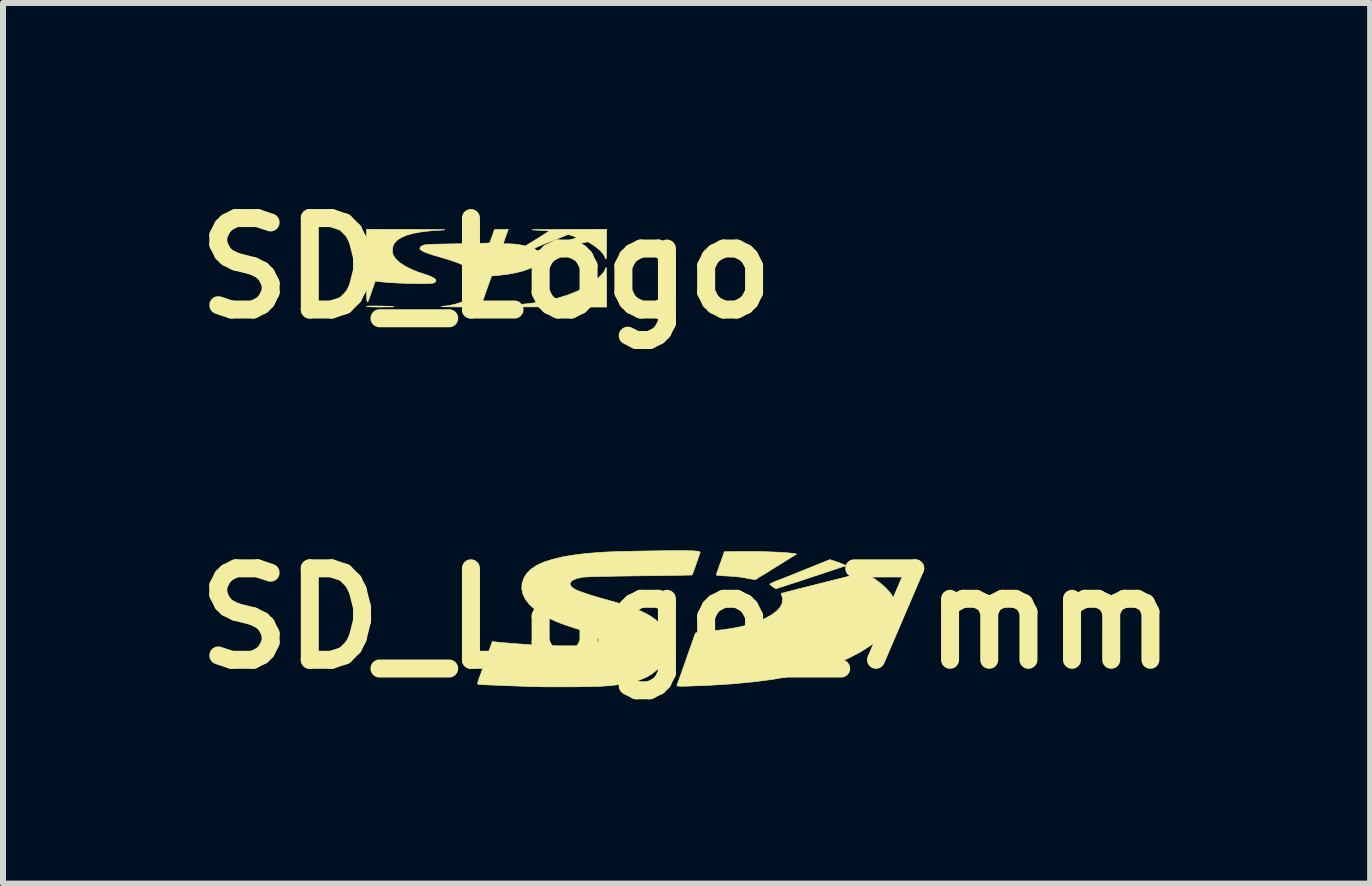
<source format=kicad_pcb>
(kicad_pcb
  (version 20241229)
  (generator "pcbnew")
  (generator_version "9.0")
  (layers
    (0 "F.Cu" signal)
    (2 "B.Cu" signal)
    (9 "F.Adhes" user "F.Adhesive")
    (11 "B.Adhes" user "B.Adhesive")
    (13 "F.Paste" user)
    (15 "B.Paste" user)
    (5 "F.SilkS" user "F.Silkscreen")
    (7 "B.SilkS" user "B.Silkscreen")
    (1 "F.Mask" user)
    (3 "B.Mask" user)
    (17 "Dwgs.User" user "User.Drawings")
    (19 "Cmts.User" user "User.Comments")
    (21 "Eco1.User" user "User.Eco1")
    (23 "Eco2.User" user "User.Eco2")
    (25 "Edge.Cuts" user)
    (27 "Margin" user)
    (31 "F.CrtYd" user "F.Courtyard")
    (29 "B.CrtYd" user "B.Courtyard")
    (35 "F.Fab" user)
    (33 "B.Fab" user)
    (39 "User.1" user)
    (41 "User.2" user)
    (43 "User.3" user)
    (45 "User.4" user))
  (footprint "SD_Logo"
    (layer "F.Cu")
    (at 5.051 1.418)
    (property "Reference" "SD_Logo" (at 0 0 0) (layer "F.SilkS") (effects (font (size 1.524 1.524) (thickness 0.3))))
    (attr through_hole)
    (fp_poly (pts (xy -1.778 0.631) (xy -1.713 0.632) (xy -1.651 0.634) (xy -1.599 0.636) (xy -1.56 0.639) (xy -1.539 0.642) (xy -1.538 0.643) (xy -1.548 0.645) (xy -1.58 0.646) (xy -1.629 0.647) (xy -1.693 0.647) (xy -1.763 0.648) (xy -1.844 0.647) (xy -1.91 0.645) (xy -1.959 0.642) (xy -1.988 0.639) (xy -1.994 0.636) (xy -1.982 0.633) (xy -1.95 0.631) (xy -1.902 0.63) (xy -1.843 0.63) (xy -1.778 0.631)) (stroke (width 0.01) (type solid)) (fill yes) (layer "F.SilkS"))
    (fp_poly (pts (xy 2.001 -0.001) (xy 2.003 0.022) (xy 2.004 0.063) (xy 2.005 0.121) (xy 2.006 0.201) (xy 2.006 0.302) (xy 2.007 0.648) (xy 0.975 0.646) (xy 0.786 0.645) (xy 0.623 0.645) (xy 0.484 0.644) (xy 0.368 0.643) (xy 0.275 0.643) (xy 0.205 0.641) (xy 0.157 0.64) (xy 0.13 0.639) (xy 0.124 0.637) (xy 0.138 0.636) (xy 0.172 0.634) (xy 0.178 0.633) (xy 0.289 0.627) (xy 0.408 0.619) (xy 0.531 0.608) (xy 0.652 0.596) (xy 0.765 0.583) (xy 0.865 0.569) (xy 0.948 0.556) (xy 0.975 0.551) (xy 1.181 0.502) (xy 1.368 0.444) (xy 1.535 0.377) (xy 1.681 0.301) (xy 1.804 0.218) (xy 1.875 0.156) (xy 1.918 0.113) (xy 1.947 0.081) (xy 1.966 0.054) (xy 1.98 0.025) (xy 1.988 0.003) (xy 1.994 -0.009) (xy 1.997 -0.011) (xy 2.001 -0.001)) (stroke (width 0.01) (type solid)) (fill yes) (layer "F.SilkS"))
    (fp_poly (pts (xy -1.267 -0.646) (xy -1.114 -0.645) (xy -0.986 -0.645) (xy -0.881 -0.644) (xy -0.8 -0.643) (xy -0.742 -0.642) (xy -0.705 -0.641) (xy -0.689 -0.639) (xy -0.694 -0.637) (xy -0.718 -0.636) (xy -0.747 -0.634) (xy -0.925 -0.622) (xy -1.079 -0.605) (xy -1.21 -0.581) (xy -1.32 -0.551) (xy -1.408 -0.514) (xy -1.477 -0.471) (xy -1.526 -0.42) (xy -1.545 -0.389) (xy -1.56 -0.339) (xy -1.563 -0.28) (xy -1.553 -0.225) (xy -1.545 -0.208) (xy -1.504 -0.15) (xy -1.44 -0.092) (xy -1.356 -0.037) (xy -1.257 0.015) (xy -1.144 0.062) (xy -1.065 0.088) (xy -0.971 0.119) (xy -0.902 0.148) (xy -0.858 0.174) (xy -0.837 0.199) (xy -0.841 0.222) (xy -0.867 0.244) (xy -0.89 0.25) (xy -0.935 0.254) (xy -0.999 0.256) (xy -1.077 0.257) (xy -1.166 0.257) (xy -1.262 0.255) (xy -1.362 0.252) (xy -1.462 0.248) (xy -1.559 0.243) (xy -1.649 0.237) (xy -1.729 0.23) (xy -1.794 0.223) (xy -1.804 0.221) (xy -1.848 0.215) (xy -1.898 0.358) (xy -1.92 0.421) (xy -1.938 0.474) (xy -1.953 0.516) (xy -1.965 0.545) (xy -1.974 0.56) (xy -1.981 0.561) (xy -1.986 0.545) (xy -1.99 0.512) (xy -1.992 0.46) (xy -1.993 0.388) (xy -1.993 0.295) (xy -1.993 0.179) (xy -1.993 0.039) (xy -1.993 -0.016) (xy -1.994 -0.648) (xy -1.267 -0.646)) (stroke (width 0.01) (type solid)) (fill yes) (layer "F.SilkS"))
    (fp_poly (pts (xy 0.325 -0.528) (xy 0.282 -0.406) (xy 0.379 -0.406) (xy 0.443 -0.403) (xy 0.513 -0.396) (xy 0.565 -0.388) (xy 0.654 -0.37) (xy 0.853 -0.493) (xy 0.916 -0.532) (xy 0.97 -0.566) (xy 1.012 -0.594) (xy 1.039 -0.612) (xy 1.048 -0.62) (xy 1.035 -0.622) (xy 1 -0.625) (xy 0.948 -0.628) (xy 0.884 -0.631) (xy 0.83 -0.634) (xy 0.789 -0.636) (xy 0.768 -0.638) (xy 0.765 -0.64) (xy 0.783 -0.641) (xy 0.821 -0.642) (xy 0.881 -0.643) (xy 0.964 -0.644) (xy 1.07 -0.645) (xy 1.2 -0.645) (xy 1.311 -0.646) (xy 2.007 -0.648) (xy 2.006 -0.384) (xy 2.005 -0.294) (xy 2.004 -0.228) (xy 2.002 -0.183) (xy 1.999 -0.159) (xy 1.995 -0.151) (xy 1.991 -0.159) (xy 1.955 -0.228) (xy 1.897 -0.296) (xy 1.818 -0.361) (xy 1.767 -0.395) (xy 1.692 -0.44) (xy 1.332 -0.349) (xy 1.238 -0.326) (xy 1.152 -0.304) (xy 1.075 -0.284) (xy 1.012 -0.268) (xy 0.965 -0.257) (xy 0.94 -0.25) (xy 0.937 -0.25) (xy 0.913 -0.241) (xy 0.909 -0.225) (xy 0.915 -0.208) (xy 0.918 -0.165) (xy 0.899 -0.119) (xy 0.858 -0.073) (xy 0.819 -0.043) (xy 0.736 0.002) (xy 0.631 0.041) (xy 0.507 0.074) (xy 0.368 0.1) (xy 0.215 0.119) (xy 0.188 0.121) (xy 0.091 0.129) (xy 0.053 0.233) (xy 0.034 0.288) (xy 0.009 0.357) (xy -0.017 0.431) (xy -0.038 0.492) (xy -0.092 0.648) (xy -0.462 0.646) (xy -0.567 0.645) (xy -0.648 0.644) (xy -0.705 0.643) (xy -0.738 0.641) (xy -0.75 0.639) (xy -0.74 0.637) (xy -0.718 0.635) (xy -0.61 0.621) (xy -0.51 0.599) (xy -0.422 0.571) (xy -0.353 0.538) (xy -0.335 0.526) (xy -0.266 0.465) (xy -0.217 0.394) (xy -0.187 0.316) (xy -0.178 0.237) (xy -0.189 0.159) (xy -0.222 0.086) (xy -0.258 0.041) (xy -0.295 0.007) (xy -0.338 -0.024) (xy -0.392 -0.054) (xy -0.458 -0.083) (xy -0.539 -0.113) (xy -0.64 -0.146) (xy -0.762 -0.182) (xy -0.774 -0.186) (xy -0.881 -0.217) (xy -0.964 -0.245) (xy -1.026 -0.268) (xy -1.069 -0.289) (xy -1.095 -0.308) (xy -1.102 -0.322) (xy 0.806 -0.322) (xy 0.811 -0.316) (xy 0.82 -0.309) (xy 0.825 -0.305) (xy 0.835 -0.299) (xy 0.846 -0.295) (xy 0.861 -0.294) (xy 0.883 -0.298) (xy 0.916 -0.306) (xy 0.962 -0.32) (xy 1.024 -0.339) (xy 1.104 -0.366) (xy 1.182 -0.392) (xy 1.268 -0.421) (xy 1.345 -0.447) (xy 1.41 -0.471) (xy 1.46 -0.49) (xy 1.492 -0.503) (xy 1.504 -0.51) (xy 1.504 -0.51) (xy 1.489 -0.519) (xy 1.458 -0.532) (xy 1.431 -0.541) (xy 1.365 -0.561) (xy 1.105 -0.457) (xy 1.01 -0.419) (xy 0.937 -0.39) (xy 0.883 -0.367) (xy 0.845 -0.351) (xy 0.821 -0.338) (xy 0.809 -0.329) (xy 0.806 -0.322) (xy -1.102 -0.322) (xy -1.105 -0.327) (xy -1.105 -0.33) (xy -1.095 -0.354) (xy -1.063 -0.375) (xy -1.057 -0.378) (xy -1.042 -0.383) (xy -1.022 -0.388) (xy -0.995 -0.391) (xy -0.957 -0.394) (xy -0.906 -0.397) (xy -0.841 -0.399) (xy -0.759 -0.401) (xy -0.657 -0.403) (xy -0.533 -0.405) (xy -0.48 -0.406) (xy -0.367 -0.407) (xy -0.261 -0.409) (xy -0.167 -0.411) (xy -0.085 -0.414) (xy -0.02 -0.416) (xy 0.027 -0.418) (xy 0.053 -0.42) (xy 0.056 -0.42) (xy 0.064 -0.435) (xy 0.076 -0.468) (xy 0.092 -0.513) (xy 0.1 -0.535) (xy 0.136 -0.641) (xy 0.252 -0.645) (xy 0.368 -0.649) (xy 0.325 -0.528)) (stroke (width 0.01) (type solid)) (fill yes) (layer "F.SilkS")))
  (footprint "SD_Logo_7mm"
    (layer "F.Cu")
    (at 8.389 7.254)
    (property "Reference" "SD_Logo_7mm" (at 0 0 0) (layer "F.SilkS") (effects (font (size 1.524 1.524) (thickness 0.3))))
    (attr through_hole)
    (fp_poly (pts (xy 2.467 -0.955) (xy 2.52 -0.936) (xy 2.573 -0.917) (xy 2.603 -0.905) (xy 2.661 -0.88) (xy 2.081 -0.688) (xy 1.965 -0.649) (xy 1.856 -0.613) (xy 1.757 -0.581) (xy 1.67 -0.553) (xy 1.598 -0.529) (xy 1.542 -0.512) (xy 1.506 -0.5) (xy 1.491 -0.496) (xy 1.491 -0.496) (xy 1.474 -0.504) (xy 1.446 -0.521) (xy 1.435 -0.529) (xy 1.407 -0.55) (xy 1.389 -0.567) (xy 1.387 -0.57) (xy 1.397 -0.578) (xy 1.425 -0.593) (xy 1.468 -0.612) (xy 1.501 -0.625) (xy 1.543 -0.641) (xy 1.604 -0.665) (xy 1.68 -0.695) (xy 1.768 -0.73) (xy 1.864 -0.769) (xy 1.963 -0.809) (xy 2.003 -0.825) (xy 2.387 -0.98) (xy 2.467 -0.955)) (stroke (width 0.01) (type solid)) (fill yes) (layer "F.SilkS"))
    (fp_poly (pts (xy 1.183 -1.114) (xy 1.301 -1.112) (xy 1.417 -1.108) (xy 1.525 -1.103) (xy 1.622 -1.098) (xy 1.704 -1.091) (xy 1.766 -1.085) (xy 1.784 -1.082) (xy 1.835 -1.073) (xy 1.67 -0.971) (xy 1.56 -0.902) (xy 1.464 -0.843) (xy 1.385 -0.793) (xy 1.325 -0.755) (xy 1.311 -0.746) (xy 1.276 -0.726) (xy 1.236 -0.702) (xy 1.23 -0.699) (xy 1.198 -0.68) (xy 1.178 -0.664) (xy 1.175 -0.661) (xy 1.163 -0.652) (xy 1.139 -0.65) (xy 1.099 -0.653) (xy 1.04 -0.663) (xy 0.984 -0.674) (xy 0.928 -0.684) (xy 0.854 -0.693) (xy 0.774 -0.7) (xy 0.694 -0.706) (xy 0.683 -0.706) (xy 0.617 -0.71) (xy 0.561 -0.714) (xy 0.52 -0.718) (xy 0.498 -0.722) (xy 0.495 -0.724) (xy 0.499 -0.739) (xy 0.51 -0.772) (xy 0.525 -0.815) (xy 0.529 -0.827) (xy 0.552 -0.89) (xy 0.577 -0.96) (xy 0.597 -1.016) (xy 0.63 -1.111) (xy 0.953 -1.115) (xy 1.065 -1.116) (xy 1.183 -1.114)) (stroke (width 0.01) (type solid)) (fill yes) (layer "F.SilkS"))
    (fp_poly (pts (xy 3.026 -0.725) (xy 3.133 -0.659) (xy 3.232 -0.586) (xy 3.318 -0.509) (xy 3.389 -0.432) (xy 3.441 -0.357) (xy 3.447 -0.345) (xy 3.485 -0.248) (xy 3.501 -0.151) (xy 3.494 -0.059) (xy 3.493 -0.055) (xy 3.473 0.017) (xy 3.443 0.083) (xy 3.402 0.147) (xy 3.346 0.213) (xy 3.272 0.285) (xy 3.229 0.324) (xy 3.074 0.446) (xy 2.9 0.558) (xy 2.707 0.659) (xy 2.494 0.751) (xy 2.26 0.832) (xy 2.005 0.903) (xy 1.73 0.964) (xy 1.432 1.016) (xy 1.112 1.057) (xy 0.77 1.09) (xy 0.404 1.113) (xy 0.291 1.118) (xy 0.171 1.122) (xy 0.073 1.126) (xy -0.003 1.129) (xy -0.061 1.13) (xy -0.104 1.13) (xy -0.133 1.128) (xy -0.15 1.125) (xy -0.159 1.121) (xy -0.161 1.115) (xy -0.159 1.108) (xy -0.15 1.085) (xy -0.134 1.043) (xy -0.114 0.988) (xy -0.092 0.926) (xy -0.07 0.863) (xy -0.049 0.804) (xy -0.031 0.755) (xy -0.02 0.721) (xy -0.019 0.718) (xy -0.008 0.687) (xy 0.009 0.638) (xy 0.03 0.578) (xy 0.053 0.513) (xy 0.057 0.502) (xy 0.08 0.438) (xy 0.101 0.379) (xy 0.117 0.332) (xy 0.127 0.302) (xy 0.128 0.298) (xy 0.14 0.266) (xy 0.15 0.245) (xy 0.166 0.238) (xy 0.206 0.231) (xy 0.269 0.222) (xy 0.351 0.214) (xy 0.395 0.21) (xy 0.585 0.191) (xy 0.753 0.167) (xy 0.905 0.137) (xy 1.044 0.101) (xy 1.174 0.057) (xy 1.176 0.056) (xy 1.304 0.002) (xy 1.409 -0.055) (xy 1.492 -0.115) (xy 1.552 -0.177) (xy 1.589 -0.24) (xy 1.6 -0.302) (xy 1.597 -0.343) (xy 1.589 -0.376) (xy 1.586 -0.383) (xy 1.578 -0.405) (xy 1.579 -0.415) (xy 1.593 -0.421) (xy 1.626 -0.43) (xy 1.67 -0.442) (xy 1.678 -0.444) (xy 1.71 -0.452) (xy 1.763 -0.465) (xy 1.835 -0.484) (xy 1.922 -0.506) (xy 2.023 -0.531) (xy 2.134 -0.559) (xy 2.252 -0.589) (xy 2.362 -0.617) (xy 2.953 -0.765) (xy 3.026 -0.725)) (stroke (width 0.01) (type solid)) (fill yes) (layer "F.SilkS"))
    (fp_poly (pts (xy -0.009 -1.128) (xy 0.062 -1.127) (xy 0.112 -1.126) (xy 0.131 -1.125) (xy 0.182 -1.119) (xy 0.211 -1.113) (xy 0.224 -1.106) (xy 0.225 -1.095) (xy 0.225 -1.094) (xy 0.216 -1.068) (xy 0.202 -1.026) (xy 0.184 -0.973) (xy 0.164 -0.916) (xy 0.143 -0.858) (xy 0.124 -0.805) (xy 0.108 -0.761) (xy 0.097 -0.733) (xy 0.093 -0.725) (xy 0.08 -0.723) (xy 0.044 -0.722) (xy -0.014 -0.721) (xy -0.091 -0.719) (xy -0.186 -0.717) (xy -0.295 -0.716) (xy -0.417 -0.714) (xy -0.55 -0.712) (xy -0.692 -0.711) (xy -0.785 -0.71) (xy -0.974 -0.707) (xy -1.144 -0.705) (xy -1.296 -0.702) (xy -1.427 -0.7) (xy -1.537 -0.697) (xy -1.625 -0.694) (xy -1.69 -0.69) (xy -1.731 -0.687) (xy -1.74 -0.686) (xy -1.824 -0.666) (xy -1.886 -0.642) (xy -1.925 -0.613) (xy -1.941 -0.581) (xy -1.934 -0.548) (xy -1.902 -0.513) (xy -1.85 -0.481) (xy -1.809 -0.462) (xy -1.747 -0.439) (xy -1.67 -0.413) (xy -1.582 -0.384) (xy -1.488 -0.355) (xy -1.403 -0.331) (xy -1.335 -0.312) (xy -1.263 -0.292) (xy -1.199 -0.274) (xy -1.168 -0.265) (xy -0.995 -0.212) (xy -0.846 -0.158) (xy -0.718 -0.103) (xy -0.611 -0.045) (xy -0.521 0.017) (xy -0.449 0.083) (xy -0.391 0.156) (xy -0.355 0.216) (xy -0.334 0.274) (xy -0.322 0.348) (xy -0.318 0.429) (xy -0.323 0.51) (xy -0.336 0.579) (xy -0.375 0.685) (xy -0.428 0.778) (xy -0.496 0.859) (xy -0.581 0.928) (xy -0.683 0.986) (xy -0.803 1.034) (xy -0.944 1.072) (xy -1.106 1.101) (xy -1.289 1.121) (xy -1.422 1.13) (xy -1.494 1.133) (xy -1.587 1.135) (xy -1.696 1.137) (xy -1.817 1.139) (xy -1.945 1.14) (xy -2.076 1.14) (xy -2.206 1.14) (xy -2.329 1.14) (xy -2.441 1.138) (xy -2.538 1.137) (xy -2.61 1.135) (xy -2.646 1.133) (xy -2.703 1.131) (xy -2.777 1.128) (xy -2.863 1.125) (xy -2.959 1.122) (xy -3.059 1.118) (xy -3.078 1.117) (xy -3.174 1.113) (xy -3.262 1.11) (xy -3.339 1.106) (xy -3.402 1.103) (xy -3.447 1.1) (xy -3.471 1.097) (xy -3.473 1.097) (xy -3.48 1.087) (xy -3.478 1.065) (xy -3.466 1.025) (xy -3.459 1.006) (xy -3.437 0.946) (xy -3.413 0.881) (xy -3.398 0.838) (xy -3.383 0.796) (xy -3.362 0.737) (xy -3.337 0.667) (xy -3.311 0.595) (xy -3.303 0.571) (xy -3.236 0.386) (xy -3.152 0.395) (xy -3.092 0.401) (xy -3.011 0.408) (xy -2.915 0.416) (xy -2.808 0.424) (xy -2.695 0.432) (xy -2.581 0.44) (xy -2.515 0.445) (xy -2.443 0.449) (xy -2.359 0.452) (xy -2.263 0.454) (xy -2.162 0.456) (xy -2.057 0.456) (xy -1.953 0.457) (xy -1.854 0.456) (xy -1.762 0.455) (xy -1.681 0.453) (xy -1.616 0.451) (xy -1.569 0.447) (xy -1.546 0.444) (xy -1.509 0.427) (xy -1.482 0.405) (xy -1.479 0.401) (xy -1.467 0.37) (xy -1.474 0.34) (xy -1.5 0.31) (xy -1.546 0.279) (xy -1.614 0.247) (xy -1.704 0.212) (xy -1.818 0.175) (xy -1.848 0.166) (xy -2.021 0.109) (xy -2.172 0.052) (xy -2.302 -0.008) (xy -2.415 -0.071) (xy -2.512 -0.138) (xy -2.597 -0.212) (xy -2.616 -0.231) (xy -2.683 -0.315) (xy -2.726 -0.403) (xy -2.745 -0.492) (xy -2.741 -0.581) (xy -2.713 -0.667) (xy -2.664 -0.747) (xy -2.592 -0.82) (xy -2.499 -0.883) (xy -2.492 -0.887) (xy -2.377 -0.938) (xy -2.237 -0.984) (xy -2.075 -1.023) (xy -1.89 -1.055) (xy -1.683 -1.081) (xy -1.455 -1.099) (xy -1.356 -1.105) (xy -1.276 -1.109) (xy -1.179 -1.112) (xy -1.07 -1.115) (xy -0.951 -1.118) (xy -0.826 -1.121) (xy -0.696 -1.123) (xy -0.566 -1.125) (xy -0.438 -1.127) (xy -0.315 -1.128) (xy -0.201 -1.129) (xy -0.098 -1.129) (xy -0.009 -1.128)) (stroke (width 0.01) (type solid)) (fill yes) (layer "F.SilkS")))
  (gr_rect
    (start -3 -3)
    (end 19.779 11.672)
    (stroke (width 0.1) (type default))
    (fill no)
    (layer "Edge.Cuts")))
</source>
